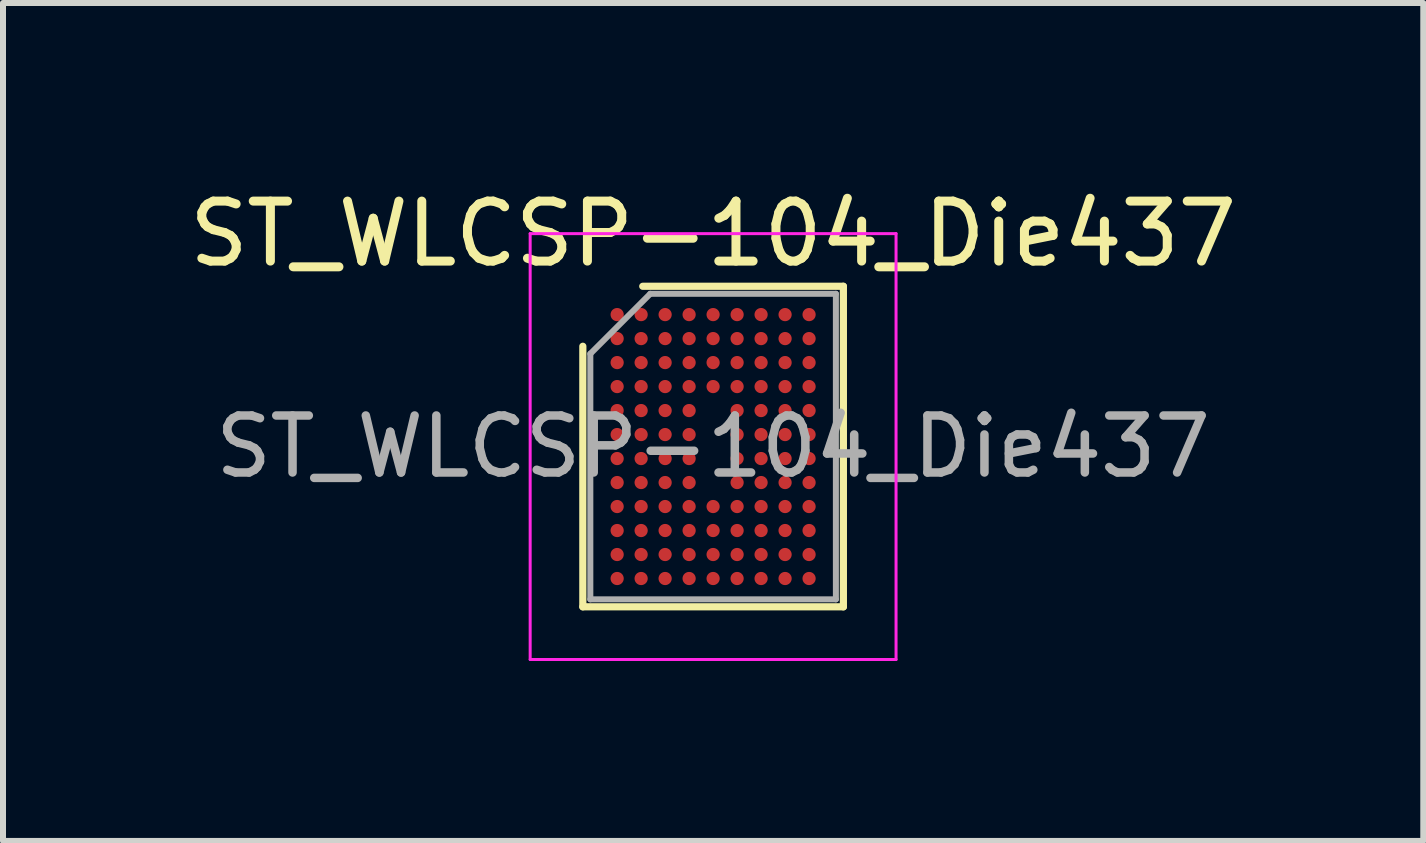
<source format=kicad_pcb>
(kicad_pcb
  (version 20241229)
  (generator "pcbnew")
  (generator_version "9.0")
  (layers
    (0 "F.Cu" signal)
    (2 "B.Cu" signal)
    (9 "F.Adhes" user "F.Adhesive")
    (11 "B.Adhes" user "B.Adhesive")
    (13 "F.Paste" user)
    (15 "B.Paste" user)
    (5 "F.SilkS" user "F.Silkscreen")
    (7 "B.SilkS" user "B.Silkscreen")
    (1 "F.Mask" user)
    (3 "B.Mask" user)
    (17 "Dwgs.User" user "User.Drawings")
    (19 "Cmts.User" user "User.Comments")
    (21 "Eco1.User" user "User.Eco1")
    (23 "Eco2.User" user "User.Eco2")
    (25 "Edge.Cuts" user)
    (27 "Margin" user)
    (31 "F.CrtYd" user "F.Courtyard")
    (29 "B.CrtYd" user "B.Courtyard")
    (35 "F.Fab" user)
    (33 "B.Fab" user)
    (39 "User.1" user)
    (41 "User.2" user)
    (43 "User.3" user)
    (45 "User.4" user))
  (footprint "ST_WLCSP-104_Die437"
    (layer "F.Cu")
    (at 8.839 4.395)
    (property "Reference" "ST_WLCSP-104_Die437" (at 0 -3.547 0) (layer "F.SilkS") (effects (font (size 1 1) (thickness 0.15))))
    (attr smd)
    (fp_line (start -2.172 2.672) (end -2.172 -1.672) (stroke (width 0.12) (type solid)) (layer "F.SilkS"))
    (fp_line (start -1.173 -2.672) (end 2.172 -2.672) (stroke (width 0.12) (type solid)) (layer "F.SilkS"))
    (fp_line (start 2.172 -2.672) (end 2.172 2.672) (stroke (width 0.12) (type solid)) (layer "F.SilkS"))
    (fp_line (start 2.172 2.672) (end -2.172 2.672) (stroke (width 0.12) (type solid)) (layer "F.SilkS"))
    (fp_line (start -3.05 -3.55) (end -3.05 3.55) (stroke (width 0.05) (type solid)) (layer "F.CrtYd"))
    (fp_line (start -3.05 3.55) (end 3.05 3.55) (stroke (width 0.05) (type solid)) (layer "F.CrtYd"))
    (fp_line (start 3.05 -3.55) (end -3.05 -3.55) (stroke (width 0.05) (type solid)) (layer "F.CrtYd"))
    (fp_line (start 3.05 3.55) (end 3.05 -3.55) (stroke (width 0.05) (type solid)) (layer "F.CrtYd"))
    (fp_line (start -2.047 -1.547) (end -1.048 -2.547) (stroke (width 0.1) (type solid)) (layer "F.Fab"))
    (fp_line (start -2.047 2.547) (end -2.047 -1.547) (stroke (width 0.1) (type solid)) (layer "F.Fab"))
    (fp_line (start -1.048 -2.547) (end 2.047 -2.547) (stroke (width 0.1) (type solid)) (layer "F.Fab"))
    (fp_line (start 2.047 -2.547) (end 2.047 2.547) (stroke (width 0.1) (type solid)) (layer "F.Fab"))
    (fp_line (start 2.047 2.547) (end -2.047 2.547) (stroke (width 0.1) (type solid)) (layer "F.Fab"))
    (fp_text user "${REFERENCE}" (at 0 0 0) (layer "F.Fab") (effects (font (size 0.95 0.95) (thickness 0.142))))
    (pad "A1" smd circle (at -1.6 -2.2) (size 0.22 0.22) (layers "F.Cu" "F.Mask" "F.Paste"))
    (pad "A2" smd circle (at -1.2 -2.2) (size 0.22 0.22) (layers "F.Cu" "F.Mask" "F.Paste"))
    (pad "A3" smd circle (at -0.8 -2.2) (size 0.22 0.22) (layers "F.Cu" "F.Mask" "F.Paste"))
    (pad "A4" smd circle (at -0.4 -2.2) (size 0.22 0.22) (layers "F.Cu" "F.Mask" "F.Paste"))
    (pad "A5" smd circle (at 0 -2.2) (size 0.22 0.22) (layers "F.Cu" "F.Mask" "F.Paste"))
    (pad "A6" smd circle (at 0.4 -2.2) (size 0.22 0.22) (layers "F.Cu" "F.Mask" "F.Paste"))
    (pad "A7" smd circle (at 0.8 -2.2) (size 0.22 0.22) (layers "F.Cu" "F.Mask" "F.Paste"))
    (pad "A8" smd circle (at 1.2 -2.2) (size 0.22 0.22) (layers "F.Cu" "F.Mask" "F.Paste"))
    (pad "A9" smd circle (at 1.6 -2.2) (size 0.22 0.22) (layers "F.Cu" "F.Mask" "F.Paste"))
    (pad "B1" smd circle (at -1.6 -1.8) (size 0.22 0.22) (layers "F.Cu" "F.Mask" "F.Paste"))
    (pad "B2" smd circle (at -1.2 -1.8) (size 0.22 0.22) (layers "F.Cu" "F.Mask" "F.Paste"))
    (pad "B3" smd circle (at -0.8 -1.8) (size 0.22 0.22) (layers "F.Cu" "F.Mask" "F.Paste"))
    (pad "B4" smd circle (at -0.4 -1.8) (size 0.22 0.22) (layers "F.Cu" "F.Mask" "F.Paste"))
    (pad "B5" smd circle (at 0 -1.8) (size 0.22 0.22) (layers "F.Cu" "F.Mask" "F.Paste"))
    (pad "B6" smd circle (at 0.4 -1.8) (size 0.22 0.22) (layers "F.Cu" "F.Mask" "F.Paste"))
    (pad "B7" smd circle (at 0.8 -1.8) (size 0.22 0.22) (layers "F.Cu" "F.Mask" "F.Paste"))
    (pad "B8" smd circle (at 1.2 -1.8) (size 0.22 0.22) (layers "F.Cu" "F.Mask" "F.Paste"))
    (pad "B9" smd circle (at 1.6 -1.8) (size 0.22 0.22) (layers "F.Cu" "F.Mask" "F.Paste"))
    (pad "C1" smd circle (at -1.6 -1.4) (size 0.22 0.22) (layers "F.Cu" "F.Mask" "F.Paste"))
    (pad "C2" smd circle (at -1.2 -1.4) (size 0.22 0.22) (layers "F.Cu" "F.Mask" "F.Paste"))
    (pad "C3" smd circle (at -0.8 -1.4) (size 0.22 0.22) (layers "F.Cu" "F.Mask" "F.Paste"))
    (pad "C4" smd circle (at -0.4 -1.4) (size 0.22 0.22) (layers "F.Cu" "F.Mask" "F.Paste"))
    (pad "C5" smd circle (at 0 -1.4) (size 0.22 0.22) (layers "F.Cu" "F.Mask" "F.Paste"))
    (pad "C6" smd circle (at 0.4 -1.4) (size 0.22 0.22) (layers "F.Cu" "F.Mask" "F.Paste"))
    (pad "C7" smd circle (at 0.8 -1.4) (size 0.22 0.22) (layers "F.Cu" "F.Mask" "F.Paste"))
    (pad "C8" smd circle (at 1.2 -1.4) (size 0.22 0.22) (layers "F.Cu" "F.Mask" "F.Paste"))
    (pad "C9" smd circle (at 1.6 -1.4) (size 0.22 0.22) (layers "F.Cu" "F.Mask" "F.Paste"))
    (pad "D1" smd circle (at -1.6 -1) (size 0.22 0.22) (layers "F.Cu" "F.Mask" "F.Paste"))
    (pad "D2" smd circle (at -1.2 -1) (size 0.22 0.22) (layers "F.Cu" "F.Mask" "F.Paste"))
    (pad "D3" smd circle (at -0.8 -1) (size 0.22 0.22) (layers "F.Cu" "F.Mask" "F.Paste"))
    (pad "D4" smd circle (at -0.4 -1) (size 0.22 0.22) (layers "F.Cu" "F.Mask" "F.Paste"))
    (pad "D5" smd circle (at 0 -1) (size 0.22 0.22) (layers "F.Cu" "F.Mask" "F.Paste"))
    (pad "D6" smd circle (at 0.4 -1) (size 0.22 0.22) (layers "F.Cu" "F.Mask" "F.Paste"))
    (pad "D7" smd circle (at 0.8 -1) (size 0.22 0.22) (layers "F.Cu" "F.Mask" "F.Paste"))
    (pad "D8" smd circle (at 1.2 -1) (size 0.22 0.22) (layers "F.Cu" "F.Mask" "F.Paste"))
    (pad "D9" smd circle (at 1.6 -1) (size 0.22 0.22) (layers "F.Cu" "F.Mask" "F.Paste"))
    (pad "E1" smd circle (at -1.6 -0.6) (size 0.22 0.22) (layers "F.Cu" "F.Mask" "F.Paste"))
    (pad "E2" smd circle (at -1.2 -0.6) (size 0.22 0.22) (layers "F.Cu" "F.Mask" "F.Paste"))
    (pad "E3" smd circle (at -0.8 -0.6) (size 0.22 0.22) (layers "F.Cu" "F.Mask" "F.Paste"))
    (pad "E4" smd circle (at -0.4 -0.6) (size 0.22 0.22) (layers "F.Cu" "F.Mask" "F.Paste"))
    (pad "E6" smd circle (at 0.4 -0.6) (size 0.22 0.22) (layers "F.Cu" "F.Mask" "F.Paste"))
    (pad "E7" smd circle (at 0.8 -0.6) (size 0.22 0.22) (layers "F.Cu" "F.Mask" "F.Paste"))
    (pad "E8" smd circle (at 1.2 -0.6) (size 0.22 0.22) (layers "F.Cu" "F.Mask" "F.Paste"))
    (pad "E9" smd circle (at 1.6 -0.6) (size 0.22 0.22) (layers "F.Cu" "F.Mask" "F.Paste"))
    (pad "F1" smd circle (at -1.6 -0.2) (size 0.22 0.22) (layers "F.Cu" "F.Mask" "F.Paste"))
    (pad "F2" smd circle (at -1.2 -0.2) (size 0.22 0.22) (layers "F.Cu" "F.Mask" "F.Paste"))
    (pad "F3" smd circle (at -0.8 -0.2) (size 0.22 0.22) (layers "F.Cu" "F.Mask" "F.Paste"))
    (pad "F4" smd circle (at -0.4 -0.2) (size 0.22 0.22) (layers "F.Cu" "F.Mask" "F.Paste"))
    (pad "F6" smd circle (at 0.4 -0.2) (size 0.22 0.22) (layers "F.Cu" "F.Mask" "F.Paste"))
    (pad "F7" smd circle (at 0.8 -0.2) (size 0.22 0.22) (layers "F.Cu" "F.Mask" "F.Paste"))
    (pad "F8" smd circle (at 1.2 -0.2) (size 0.22 0.22) (layers "F.Cu" "F.Mask" "F.Paste"))
    (pad "F9" smd circle (at 1.6 -0.2) (size 0.22 0.22) (layers "F.Cu" "F.Mask" "F.Paste"))
    (pad "G1" smd circle (at -1.6 0.2) (size 0.22 0.22) (layers "F.Cu" "F.Mask" "F.Paste"))
    (pad "G2" smd circle (at -1.2 0.2) (size 0.22 0.22) (layers "F.Cu" "F.Mask" "F.Paste"))
    (pad "G3" smd circle (at -0.8 0.2) (size 0.22 0.22) (layers "F.Cu" "F.Mask" "F.Paste"))
    (pad "G4" smd circle (at -0.4 0.2) (size 0.22 0.22) (layers "F.Cu" "F.Mask" "F.Paste"))
    (pad "G6" smd circle (at 0.4 0.2) (size 0.22 0.22) (layers "F.Cu" "F.Mask" "F.Paste"))
    (pad "G7" smd circle (at 0.8 0.2) (size 0.22 0.22) (layers "F.Cu" "F.Mask" "F.Paste"))
    (pad "G8" smd circle (at 1.2 0.2) (size 0.22 0.22) (layers "F.Cu" "F.Mask" "F.Paste"))
    (pad "G9" smd circle (at 1.6 0.2) (size 0.22 0.22) (layers "F.Cu" "F.Mask" "F.Paste"))
    (pad "H1" smd circle (at -1.6 0.6) (size 0.22 0.22) (layers "F.Cu" "F.Mask" "F.Paste"))
    (pad "H2" smd circle (at -1.2 0.6) (size 0.22 0.22) (layers "F.Cu" "F.Mask" "F.Paste"))
    (pad "H3" smd circle (at -0.8 0.6) (size 0.22 0.22) (layers "F.Cu" "F.Mask" "F.Paste"))
    (pad "H4" smd circle (at -0.4 0.6) (size 0.22 0.22) (layers "F.Cu" "F.Mask" "F.Paste"))
    (pad "H6" smd circle (at 0.4 0.6) (size 0.22 0.22) (layers "F.Cu" "F.Mask" "F.Paste"))
    (pad "H7" smd circle (at 0.8 0.6) (size 0.22 0.22) (layers "F.Cu" "F.Mask" "F.Paste"))
    (pad "H8" smd circle (at 1.2 0.6) (size 0.22 0.22) (layers "F.Cu" "F.Mask" "F.Paste"))
    (pad "H9" smd circle (at 1.6 0.6) (size 0.22 0.22) (layers "F.Cu" "F.Mask" "F.Paste"))
    (pad "J1" smd circle (at -1.6 1) (size 0.22 0.22) (layers "F.Cu" "F.Mask" "F.Paste"))
    (pad "J2" smd circle (at -1.2 1) (size 0.22 0.22) (layers "F.Cu" "F.Mask" "F.Paste"))
    (pad "J3" smd circle (at -0.8 1) (size 0.22 0.22) (layers "F.Cu" "F.Mask" "F.Paste"))
    (pad "J4" smd circle (at -0.4 1) (size 0.22 0.22) (layers "F.Cu" "F.Mask" "F.Paste"))
    (pad "J5" smd circle (at 0 1) (size 0.22 0.22) (layers "F.Cu" "F.Mask" "F.Paste"))
    (pad "J6" smd circle (at 0.4 1) (size 0.22 0.22) (layers "F.Cu" "F.Mask" "F.Paste"))
    (pad "J7" smd circle (at 0.8 1) (size 0.22 0.22) (layers "F.Cu" "F.Mask" "F.Paste"))
    (pad "J8" smd circle (at 1.2 1) (size 0.22 0.22) (layers "F.Cu" "F.Mask" "F.Paste"))
    (pad "J9" smd circle (at 1.6 1) (size 0.22 0.22) (layers "F.Cu" "F.Mask" "F.Paste"))
    (pad "K1" smd circle (at -1.6 1.4) (size 0.22 0.22) (layers "F.Cu" "F.Mask" "F.Paste"))
    (pad "K2" smd circle (at -1.2 1.4) (size 0.22 0.22) (layers "F.Cu" "F.Mask" "F.Paste"))
    (pad "K3" smd circle (at -0.8 1.4) (size 0.22 0.22) (layers "F.Cu" "F.Mask" "F.Paste"))
    (pad "K4" smd circle (at -0.4 1.4) (size 0.22 0.22) (layers "F.Cu" "F.Mask" "F.Paste"))
    (pad "K5" smd circle (at 0 1.4) (size 0.22 0.22) (layers "F.Cu" "F.Mask" "F.Paste"))
    (pad "K6" smd circle (at 0.4 1.4) (size 0.22 0.22) (layers "F.Cu" "F.Mask" "F.Paste"))
    (pad "K7" smd circle (at 0.8 1.4) (size 0.22 0.22) (layers "F.Cu" "F.Mask" "F.Paste"))
    (pad "K8" smd circle (at 1.2 1.4) (size 0.22 0.22) (layers "F.Cu" "F.Mask" "F.Paste"))
    (pad "K9" smd circle (at 1.6 1.4) (size 0.22 0.22) (layers "F.Cu" "F.Mask" "F.Paste"))
    (pad "L1" smd circle (at -1.6 1.8) (size 0.22 0.22) (layers "F.Cu" "F.Mask" "F.Paste"))
    (pad "L2" smd circle (at -1.2 1.8) (size 0.22 0.22) (layers "F.Cu" "F.Mask" "F.Paste"))
    (pad "L3" smd circle (at -0.8 1.8) (size 0.22 0.22) (layers "F.Cu" "F.Mask" "F.Paste"))
    (pad "L4" smd circle (at -0.4 1.8) (size 0.22 0.22) (layers "F.Cu" "F.Mask" "F.Paste"))
    (pad "L5" smd circle (at 0 1.8) (size 0.22 0.22) (layers "F.Cu" "F.Mask" "F.Paste"))
    (pad "L6" smd circle (at 0.4 1.8) (size 0.22 0.22) (layers "F.Cu" "F.Mask" "F.Paste"))
    (pad "L7" smd circle (at 0.8 1.8) (size 0.22 0.22) (layers "F.Cu" "F.Mask" "F.Paste"))
    (pad "L8" smd circle (at 1.2 1.8) (size 0.22 0.22) (layers "F.Cu" "F.Mask" "F.Paste"))
    (pad "L9" smd circle (at 1.6 1.8) (size 0.22 0.22) (layers "F.Cu" "F.Mask" "F.Paste"))
    (pad "M1" smd circle (at -1.6 2.2) (size 0.22 0.22) (layers "F.Cu" "F.Mask" "F.Paste"))
    (pad "M2" smd circle (at -1.2 2.2) (size 0.22 0.22) (layers "F.Cu" "F.Mask" "F.Paste"))
    (pad "M3" smd circle (at -0.8 2.2) (size 0.22 0.22) (layers "F.Cu" "F.Mask" "F.Paste"))
    (pad "M4" smd circle (at -0.4 2.2) (size 0.22 0.22) (layers "F.Cu" "F.Mask" "F.Paste"))
    (pad "M5" smd circle (at 0 2.2) (size 0.22 0.22) (layers "F.Cu" "F.Mask" "F.Paste"))
    (pad "M6" smd circle (at 0.4 2.2) (size 0.22 0.22) (layers "F.Cu" "F.Mask" "F.Paste"))
    (pad "M7" smd circle (at 0.8 2.2) (size 0.22 0.22) (layers "F.Cu" "F.Mask" "F.Paste"))
    (pad "M8" smd circle (at 1.2 2.2) (size 0.22 0.22) (layers "F.Cu" "F.Mask" "F.Paste"))
    (pad "M9" smd circle (at 1.6 2.2) (size 0.22 0.22) (layers "F.Cu" "F.Mask" "F.Paste")))
  (gr_rect
    (start -3 -3)
    (end 20.679 10.97)
    (stroke (width 0.1) (type default))
    (fill no)
    (layer "Edge.Cuts")))
</source>
